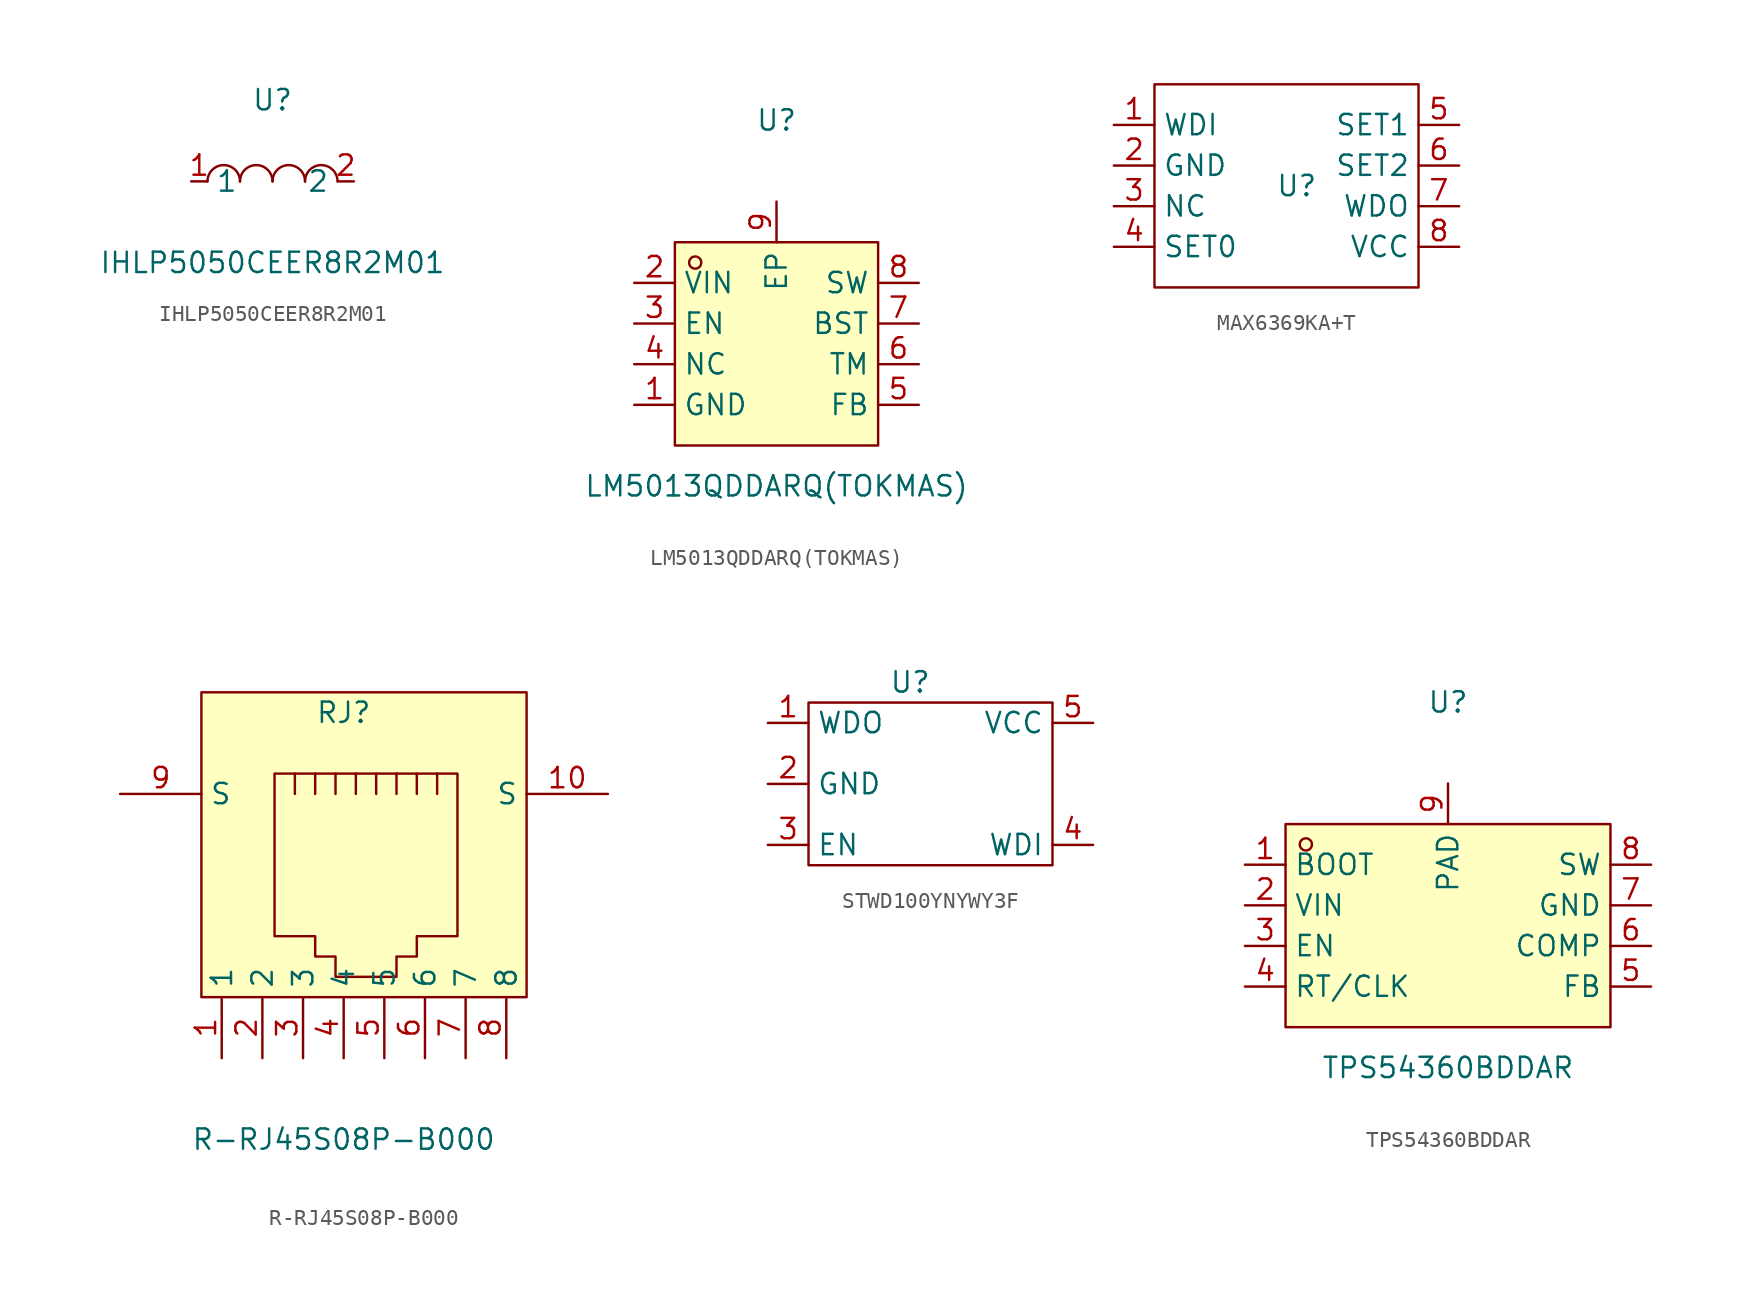
<source format=kicad_sym>
(kicad_symbol_lib
  (version 20220914)
  (generator https://github.com/uPesy/easyeda2kicad.py)
  (symbol "IHLP5050CEER8R2M01"
    (property "Reference" "U"
      (at 0 5.08 0)
      (effects (font (size 1.27 1.27))))
    (property "Value" "IHLP5050CEER8R2M01"
      (at 0 -5.08 0)
      (effects (font (size 1.27 1.27))))
    (symbol "IHLP5050CEER8R2M01_0_1"
      (arc (start -4.06 -0.01) (mid -2.83 0.99) (end -2.03 0.01) (stroke (width 0) (type default) (color 0 0 0 0)) (fill (type none)))
      (arc (start -2.03 -0.01) (mid -0.80 0.99) (end 0.00 0.01) (stroke (width 0) (type default) (color 0 0 0 0)) (fill (type none)))
      (arc (start 2.03 -0.01) (mid 3.26 0.99) (end 4.06 0.01) (stroke (width 0) (type default) (color 0 0 0 0)) (fill (type none)))
      (arc (start 0.00 -0.01) (mid 1.23 0.99) (end 2.03 0.01) (stroke (width 0) (type default) (color 0 0 0 0)) (fill (type none)))
      (pin unspecified line (at 5.08 -0.00 180) (length 1.016) (name "2" (effects (font (size 1.27 1.27)))) (number "2" (effects (font (size 1.27 1.27)))))
      (pin unspecified line (at -5.08 -0.00 0) (length 1.016) (name "1" (effects (font (size 1.27 1.27)))) (number "1" (effects (font (size 1.27 1.27)))))))
  (symbol "LM5013QDDARQ(TOKMAS)"
    (property "Reference" "U"
      (at 0 13.97 0)
      (effects (font (size 1.27 1.27))))
    (property "Value" "LM5013QDDARQ(TOKMAS)"
      (at 0 -8.89 0)
      (effects (font (size 1.27 1.27))))
    (symbol "LM5013QDDARQ(TOKMAS)_0_1"
      (rectangle (start -6.35 6.35) (end 6.35 -6.35) (stroke (width 0) (type default) (color 0 0 0 0)) (fill (type background)))
      (circle (center -5.08 5.08) (radius 0.38) (stroke (width 0) (type default) (color 0 0 0 0)) (fill (type none)))
      (pin unspecified line (at -8.89 -3.81 0) (length 2.54) (name "GND" (effects (font (size 1.27 1.27)))) (number "1" (effects (font (size 1.27 1.27)))))
      (pin unspecified line (at -8.89 3.81 0) (length 2.54) (name "VIN" (effects (font (size 1.27 1.27)))) (number "2" (effects (font (size 1.27 1.27)))))
      (pin unspecified line (at -8.89 1.27 0) (length 2.54) (name "EN" (effects (font (size 1.27 1.27)))) (number "3" (effects (font (size 1.27 1.27)))))
      (pin unspecified line (at -8.89 -1.27 0) (length 2.54) (name "NC" (effects (font (size 1.27 1.27)))) (number "4" (effects (font (size 1.27 1.27)))))
      (pin unspecified line (at 8.89 -3.81 180) (length 2.54) (name "FB" (effects (font (size 1.27 1.27)))) (number "5" (effects (font (size 1.27 1.27)))))
      (pin unspecified line (at 8.89 -1.27 180) (length 2.54) (name "TM" (effects (font (size 1.27 1.27)))) (number "6" (effects (font (size 1.27 1.27)))))
      (pin unspecified line (at 8.89 1.27 180) (length 2.54) (name "BST" (effects (font (size 1.27 1.27)))) (number "7" (effects (font (size 1.27 1.27)))))
      (pin unspecified line (at 8.89 3.81 180) (length 2.54) (name "SW" (effects (font (size 1.27 1.27)))) (number "8" (effects (font (size 1.27 1.27)))))
      (pin unspecified line (at 0.00 8.89 270) (length 2.54) (name "EP" (effects (font (size 1.27 1.27)))) (number "9" (effects (font (size 1.27 1.27)))))))
  (symbol "MAX6369KA+T"
    (property "Reference" "U"
      (at 0 0 0)
      (effects (font (size 1.27 1.27))))
    (property "Value" ""
      (at 2.54 3.81 0)
      (effects (font (size 1.27 1.27))))
    (symbol "MAX6369KA+T_0_0"
      (pin unspecified line (at -11.43 3.81 0) (length 2.54) (name "WDI" (effects (font (size 1.27 1.27)))) (number "1" (effects (font (size 1.27 1.27)))))
      (pin unspecified line (at -11.43 1.27 0) (length 2.54) (name "GND" (effects (font (size 1.27 1.27)))) (number "2" (effects (font (size 1.27 1.27)))))
      (pin unspecified line (at -11.43 -1.27 0) (length 2.54) (name "NC" (effects (font (size 1.27 1.27)))) (number "3" (effects (font (size 1.27 1.27)))))
      (pin unspecified line (at -11.43 -3.81 0) (length 2.54) (name "SET0" (effects (font (size 1.27 1.27)))) (number "4" (effects (font (size 1.27 1.27)))))
      (pin unspecified line (at 10.16 3.81 180) (length 2.54) (name "SET1" (effects (font (size 1.27 1.27)))) (number "5" (effects (font (size 1.27 1.27)))))
      (pin unspecified line (at 10.16 1.27 180) (length 2.54) (name "SET2" (effects (font (size 1.27 1.27)))) (number "6" (effects (font (size 1.27 1.27)))))
      (pin unspecified line (at 10.16 -1.27 180) (length 2.54) (name "WDO" (effects (font (size 1.27 1.27)))) (number "7" (effects (font (size 1.27 1.27)))))
      (pin unspecified line (at 10.16 -3.81 180) (length 2.54) (name "VCC" (effects (font (size 1.27 1.27)))) (number "8" (effects (font (size 1.27 1.27))))))
    (symbol "MAX6369KA+T_0_1"
      (rectangle (start -8.89 6.35) (end 7.62 -6.35) (stroke (width 0) (type default)) (fill (type none)))))
  (symbol "R-RJ45S08P-B000"
    (property "Reference" "RJ"
      (at 0 8.89 0)
      (effects (font (size 1.27 1.27))))
    (property "Value" "R-RJ45S08P-B000"
      (at 0 -17.78 0)
      (effects (font (size 1.27 1.27))))
    (symbol "R-RJ45S08P-B000_0_1"
      (rectangle (start -8.89 10.16) (end 11.43 -8.89) (stroke (width 0) (type default)) (fill (type background)))
      (polyline (pts (xy -3.05 3.81) (xy -3.05 5.08) (xy -3.05 5.08)) (stroke (width 0) (type default)) (fill (type none)))
      (polyline (pts (xy -1.78 5.08) (xy -1.78 3.81) (xy -1.78 3.81)) (stroke (width 0) (type default)) (fill (type none)))
      (polyline (pts (xy -0.51 5.08) (xy -0.51 3.81) (xy -0.51 3.81)) (stroke (width 0) (type default)) (fill (type none)))
      (polyline (pts (xy 0.76 5.08) (xy 0.76 3.81) (xy 0.76 3.81)) (stroke (width 0) (type default)) (fill (type none)))
      (polyline (pts (xy 2.03 5.08) (xy 2.03 3.81) (xy 2.03 3.81)) (stroke (width 0) (type default)) (fill (type none)))
      (polyline (pts (xy 3.3 5.08) (xy 3.3 3.81) (xy 3.3 3.81)) (stroke (width 0) (type default)) (fill (type none)))
      (polyline (pts (xy 4.57 3.81) (xy 4.57 5.08) (xy 4.57 5.08)) (stroke (width 0) (type default)) (fill (type none)))
      (polyline (pts (xy 5.84 3.81) (xy 5.84 5.08) (xy 5.84 5.08)) (stroke (width 0) (type default)) (fill (type none)))
      (polyline (pts (xy -4.32 5.08) (xy 7.11 5.08) (xy 7.11 -5.08) (xy 4.57 -5.08) (xy 4.57 -6.35) (xy 3.3 -6.35) (xy 3.3 -7.62) (xy -0.51 -7.62) (xy -0.51 -6.35) (xy -1.78 -6.35) (xy -1.78 -5.08) (xy -4.32 -5.08) (xy -4.32 5.08) (xy -4.32 5.08)) (stroke (width 0) (type default)) (fill (type background)))
      (pin unspecified line (at -7.62 -12.7 90) (length 3.81) (name "1" (effects (font (size 1.27 1.27)))) (number "1" (effects (font (size 1.27 1.27)))))
      (pin unspecified line (at 16.51 3.81 180) (length 5.08) (name "S" (effects (font (size 1.27 1.27)))) (number "10" (effects (font (size 1.27 1.27)))))
      (pin unspecified line (at -5.08 -12.7 90) (length 3.81) (name "2" (effects (font (size 1.27 1.27)))) (number "2" (effects (font (size 1.27 1.27)))))
      (pin unspecified line (at -2.54 -12.7 90) (length 3.81) (name "3" (effects (font (size 1.27 1.27)))) (number "3" (effects (font (size 1.27 1.27)))))
      (pin unspecified line (at 0 -12.7 90) (length 3.81) (name "4" (effects (font (size 1.27 1.27)))) (number "4" (effects (font (size 1.27 1.27)))))
      (pin unspecified line (at 2.54 -12.7 90) (length 3.81) (name "5" (effects (font (size 1.27 1.27)))) (number "5" (effects (font (size 1.27 1.27)))))
      (pin unspecified line (at 5.08 -12.7 90) (length 3.81) (name "6" (effects (font (size 1.27 1.27)))) (number "6" (effects (font (size 1.27 1.27)))))
      (pin unspecified line (at 7.62 -12.7 90) (length 3.81) (name "7" (effects (font (size 1.27 1.27)))) (number "7" (effects (font (size 1.27 1.27)))))
      (pin unspecified line (at 10.16 -12.7 90) (length 3.81) (name "8" (effects (font (size 1.27 1.27)))) (number "8" (effects (font (size 1.27 1.27)))))
      (pin unspecified line (at -13.97 3.81 0) (length 5.08) (name "S" (effects (font (size 1.27 1.27)))) (number "9" (effects (font (size 1.27 1.27)))))))
  (symbol "STWD100YNYWY3F"
    (property "Reference" "U"
      (at -2.54 7.62 0)
      (effects (font (size 1.27 1.27))))
    (property "Value" ""
      (at 0 0 0)
      (effects (font (size 1.27 1.27))))
    (symbol "STWD100YNYWY3F_0_0"
      (pin output line (at -11.43 5.08 0) (length 2.54) (name "WDO" (effects (font (size 1.27 1.27)))) (number "1" (effects (font (size 1.27 1.27)))))
      (pin unspecified line (at -11.43 1.27 0) (length 2.54) (name "GND" (effects (font (size 1.27 1.27)))) (number "2" (effects (font (size 1.27 1.27)))))
      (pin unspecified line (at -11.43 -2.54 0) (length 2.54) (name "EN" (effects (font (size 1.27 1.27)))) (number "3" (effects (font (size 1.27 1.27)))))
      (pin unspecified line (at 8.89 -2.54 180) (length 2.54) (name "WDI" (effects (font (size 1.27 1.27)))) (number "4" (effects (font (size 1.27 1.27)))))
      (pin unspecified line (at 8.89 5.08 180) (length 2.54) (name "VCC" (effects (font (size 1.27 1.27)))) (number "5" (effects (font (size 1.27 1.27))))))
    (symbol "STWD100YNYWY3F_0_1"
      (rectangle (start -8.89 6.35) (end 6.35 -3.81) (stroke (width 0) (type default)) (fill (type none)))))
  (symbol "TPS54360BDDAR"
    (property "Reference" "U"
      (at 0 13.97 0)
      (effects (font (size 1.27 1.27))))
    (property "Value" "TPS54360BDDAR"
      (at 0 -8.89 0)
      (effects (font (size 1.27 1.27))))
    (symbol "TPS54360BDDAR_0_1"
      (rectangle (start -10.16 6.35) (end 10.16 -6.35) (stroke (width 0) (type default) (color 0 0 0 0)) (fill (type background)))
      (circle (center -8.89 5.08) (radius 0.38) (stroke (width 0) (type default) (color 0 0 0 0)) (fill (type none)))
      (pin unspecified line (at -12.70 3.81 0) (length 2.54) (name "BOOT" (effects (font (size 1.27 1.27)))) (number "1" (effects (font (size 1.27 1.27)))))
      (pin unspecified line (at -12.70 1.27 0) (length 2.54) (name "VIN" (effects (font (size 1.27 1.27)))) (number "2" (effects (font (size 1.27 1.27)))))
      (pin unspecified line (at -12.70 -1.27 0) (length 2.54) (name "EN" (effects (font (size 1.27 1.27)))) (number "3" (effects (font (size 1.27 1.27)))))
      (pin unspecified line (at -12.70 -3.81 0) (length 2.54) (name "RT/CLK" (effects (font (size 1.27 1.27)))) (number "4" (effects (font (size 1.27 1.27)))))
      (pin unspecified line (at 12.70 -3.81 180) (length 2.54) (name "FB" (effects (font (size 1.27 1.27)))) (number "5" (effects (font (size 1.27 1.27)))))
      (pin unspecified line (at 12.70 -1.27 180) (length 2.54) (name "COMP" (effects (font (size 1.27 1.27)))) (number "6" (effects (font (size 1.27 1.27)))))
      (pin unspecified line (at 12.70 1.27 180) (length 2.54) (name "GND" (effects (font (size 1.27 1.27)))) (number "7" (effects (font (size 1.27 1.27)))))
      (pin unspecified line (at 12.70 3.81 180) (length 2.54) (name "SW" (effects (font (size 1.27 1.27)))) (number "8" (effects (font (size 1.27 1.27)))))
      (pin unspecified line (at 0.00 8.89 270) (length 2.54) (name "PAD" (effects (font (size 1.27 1.27)))) (number "9" (effects (font (size 1.27 1.27))))))))
</source>
